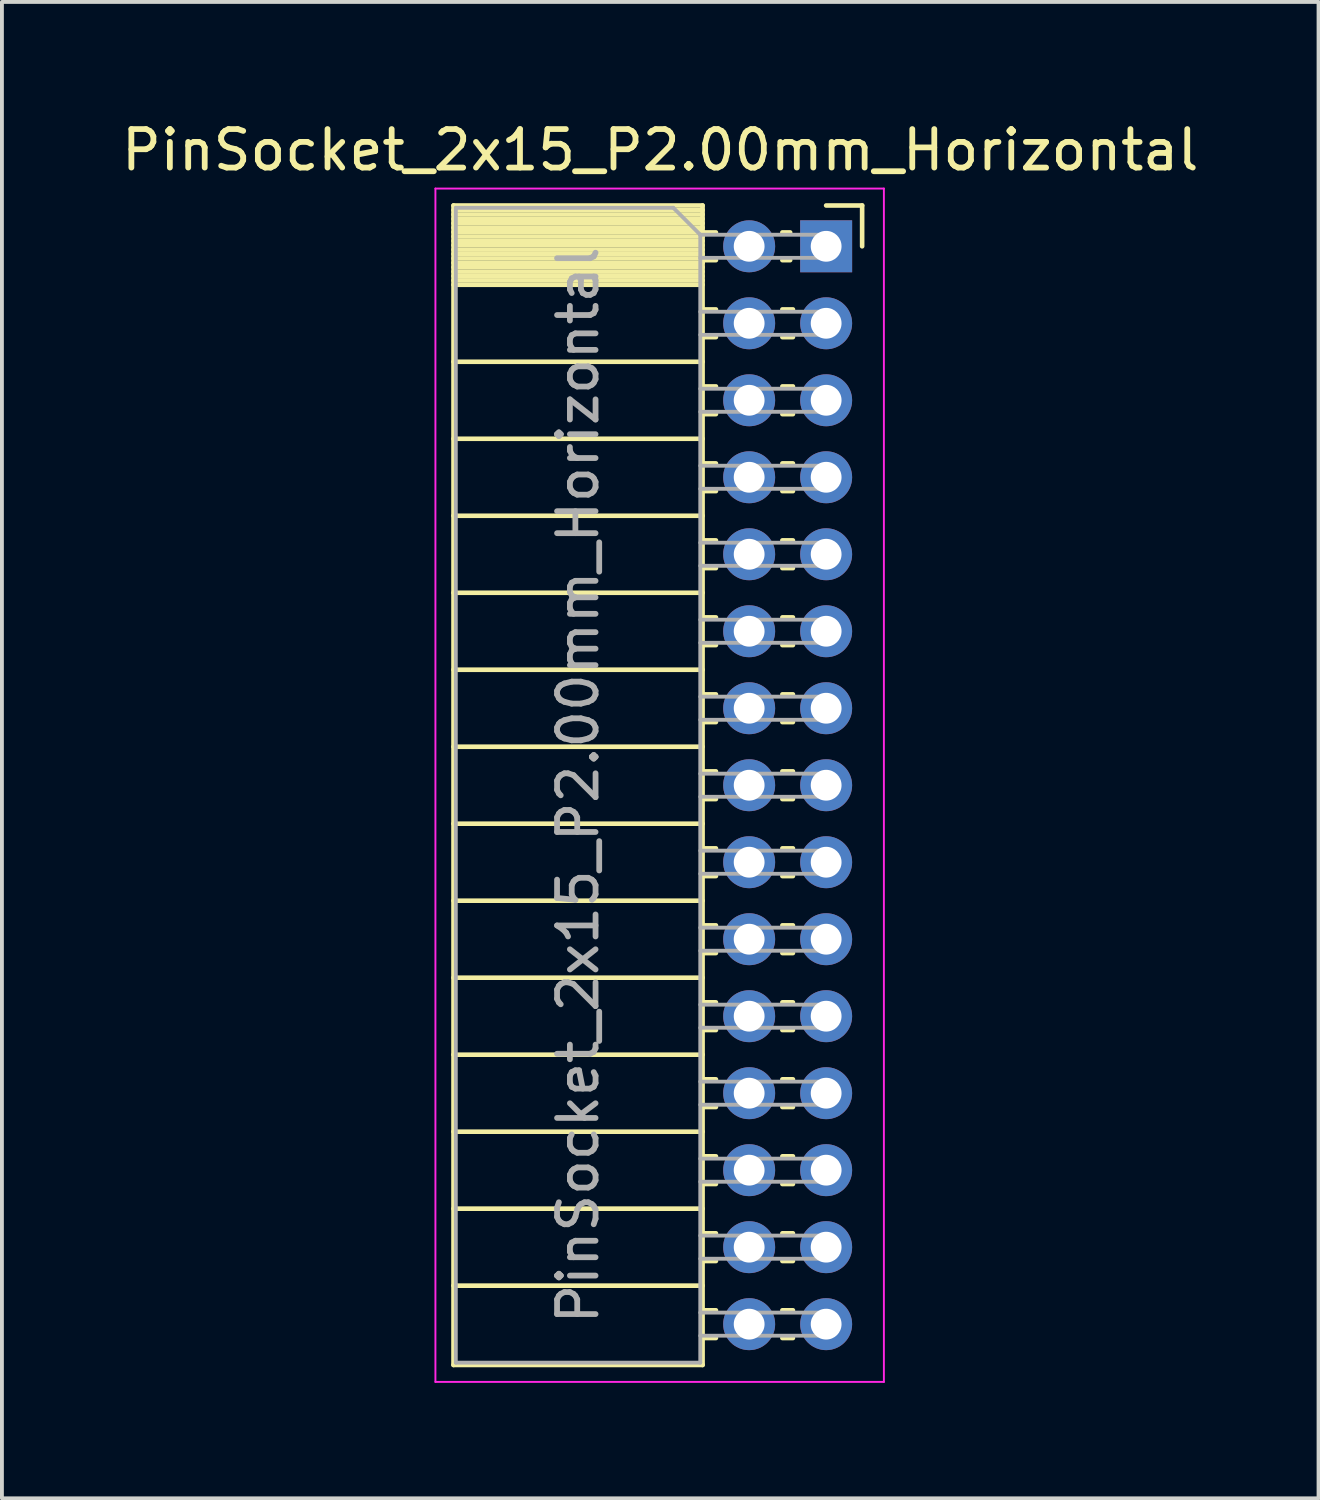
<source format=kicad_pcb>
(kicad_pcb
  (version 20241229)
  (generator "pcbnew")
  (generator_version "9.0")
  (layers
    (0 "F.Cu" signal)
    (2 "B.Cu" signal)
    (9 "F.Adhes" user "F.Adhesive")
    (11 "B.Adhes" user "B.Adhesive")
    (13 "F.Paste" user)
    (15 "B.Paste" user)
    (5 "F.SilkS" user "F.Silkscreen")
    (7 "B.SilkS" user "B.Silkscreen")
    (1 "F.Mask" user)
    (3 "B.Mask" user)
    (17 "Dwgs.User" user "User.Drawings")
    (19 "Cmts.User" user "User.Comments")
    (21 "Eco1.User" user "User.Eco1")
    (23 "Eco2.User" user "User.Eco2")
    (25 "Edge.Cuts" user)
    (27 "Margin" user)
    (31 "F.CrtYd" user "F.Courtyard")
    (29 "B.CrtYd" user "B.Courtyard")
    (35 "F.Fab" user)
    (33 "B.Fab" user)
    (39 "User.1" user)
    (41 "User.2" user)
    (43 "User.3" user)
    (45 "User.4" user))
  (footprint "PinSocket_2x15_P2.00mm_Horizontal"
    (layer "F.Cu")
    (at 18.411 3.348)
    (property "Reference" "PinSocket_2x15_P2.00mm_Horizontal" (at -4.31 -2.5 0) (layer "F.SilkS") (effects (font (size 1 1) (thickness 0.15))))
    (attr through_hole)
    (fp_line (start -9.68 -1.06) (end -9.68 29.06) (stroke (width 0.12) (type solid)) (layer "F.SilkS"))
    (fp_line (start -9.68 -1.06) (end -3.21 -1.06) (stroke (width 0.12) (type solid)) (layer "F.SilkS"))
    (fp_line (start -9.68 -0.94) (end -3.21 -0.94) (stroke (width 0.12) (type solid)) (layer "F.SilkS"))
    (fp_line (start -9.68 -0.826) (end -3.21 -0.826) (stroke (width 0.12) (type solid)) (layer "F.SilkS"))
    (fp_line (start -9.68 -0.712) (end -3.21 -0.712) (stroke (width 0.12) (type solid)) (layer "F.SilkS"))
    (fp_line (start -9.68 -0.598) (end -3.21 -0.598) (stroke (width 0.12) (type solid)) (layer "F.SilkS"))
    (fp_line (start -9.68 -0.484) (end -3.21 -0.484) (stroke (width 0.12) (type solid)) (layer "F.SilkS"))
    (fp_line (start -9.68 -0.369) (end -3.21 -0.369) (stroke (width 0.12) (type solid)) (layer "F.SilkS"))
    (fp_line (start -9.68 -0.255) (end -3.21 -0.255) (stroke (width 0.12) (type solid)) (layer "F.SilkS"))
    (fp_line (start -9.68 -0.141) (end -3.21 -0.141) (stroke (width 0.12) (type solid)) (layer "F.SilkS"))
    (fp_line (start -9.68 -0.027) (end -3.21 -0.027) (stroke (width 0.12) (type solid)) (layer "F.SilkS"))
    (fp_line (start -9.68 0.087) (end -3.21 0.087) (stroke (width 0.12) (type solid)) (layer "F.SilkS"))
    (fp_line (start -9.68 0.201) (end -3.21 0.201) (stroke (width 0.12) (type solid)) (layer "F.SilkS"))
    (fp_line (start -9.68 0.315) (end -3.21 0.315) (stroke (width 0.12) (type solid)) (layer "F.SilkS"))
    (fp_line (start -9.68 0.429) (end -3.21 0.429) (stroke (width 0.12) (type solid)) (layer "F.SilkS"))
    (fp_line (start -9.68 0.544) (end -3.21 0.544) (stroke (width 0.12) (type solid)) (layer "F.SilkS"))
    (fp_line (start -9.68 0.658) (end -3.21 0.658) (stroke (width 0.12) (type solid)) (layer "F.SilkS"))
    (fp_line (start -9.68 0.772) (end -3.21 0.772) (stroke (width 0.12) (type solid)) (layer "F.SilkS"))
    (fp_line (start -9.68 0.886) (end -3.21 0.886) (stroke (width 0.12) (type solid)) (layer "F.SilkS"))
    (fp_line (start -9.68 1) (end -3.21 1) (stroke (width 0.12) (type solid)) (layer "F.SilkS"))
    (fp_line (start -9.68 3) (end -3.21 3) (stroke (width 0.12) (type solid)) (layer "F.SilkS"))
    (fp_line (start -9.68 5) (end -3.21 5) (stroke (width 0.12) (type solid)) (layer "F.SilkS"))
    (fp_line (start -9.68 7) (end -3.21 7) (stroke (width 0.12) (type solid)) (layer "F.SilkS"))
    (fp_line (start -9.68 9) (end -3.21 9) (stroke (width 0.12) (type solid)) (layer "F.SilkS"))
    (fp_line (start -9.68 11) (end -3.21 11) (stroke (width 0.12) (type solid)) (layer "F.SilkS"))
    (fp_line (start -9.68 13) (end -3.21 13) (stroke (width 0.12) (type solid)) (layer "F.SilkS"))
    (fp_line (start -9.68 15) (end -3.21 15) (stroke (width 0.12) (type solid)) (layer "F.SilkS"))
    (fp_line (start -9.68 17) (end -3.21 17) (stroke (width 0.12) (type solid)) (layer "F.SilkS"))
    (fp_line (start -9.68 19) (end -3.21 19) (stroke (width 0.12) (type solid)) (layer "F.SilkS"))
    (fp_line (start -9.68 21) (end -3.21 21) (stroke (width 0.12) (type solid)) (layer "F.SilkS"))
    (fp_line (start -9.68 23) (end -3.21 23) (stroke (width 0.12) (type solid)) (layer "F.SilkS"))
    (fp_line (start -9.68 25) (end -3.21 25) (stroke (width 0.12) (type solid)) (layer "F.SilkS"))
    (fp_line (start -9.68 27) (end -3.21 27) (stroke (width 0.12) (type solid)) (layer "F.SilkS"))
    (fp_line (start -9.68 29.06) (end -3.21 29.06) (stroke (width 0.12) (type solid)) (layer "F.SilkS"))
    (fp_line (start -3.21 -1.06) (end -3.21 29.06) (stroke (width 0.12) (type solid)) (layer "F.SilkS"))
    (fp_line (start -3.21 -0.36) (end -2.863 -0.36) (stroke (width 0.12) (type solid)) (layer "F.SilkS"))
    (fp_line (start -3.21 0.36) (end -2.863 0.36) (stroke (width 0.12) (type solid)) (layer "F.SilkS"))
    (fp_line (start -3.21 1.64) (end -2.863 1.64) (stroke (width 0.12) (type solid)) (layer "F.SilkS"))
    (fp_line (start -3.21 2.36) (end -2.863 2.36) (stroke (width 0.12) (type solid)) (layer "F.SilkS"))
    (fp_line (start -3.21 3.64) (end -2.863 3.64) (stroke (width 0.12) (type solid)) (layer "F.SilkS"))
    (fp_line (start -3.21 4.36) (end -2.863 4.36) (stroke (width 0.12) (type solid)) (layer "F.SilkS"))
    (fp_line (start -3.21 5.64) (end -2.863 5.64) (stroke (width 0.12) (type solid)) (layer "F.SilkS"))
    (fp_line (start -3.21 6.36) (end -2.863 6.36) (stroke (width 0.12) (type solid)) (layer "F.SilkS"))
    (fp_line (start -3.21 7.64) (end -2.863 7.64) (stroke (width 0.12) (type solid)) (layer "F.SilkS"))
    (fp_line (start -3.21 8.36) (end -2.863 8.36) (stroke (width 0.12) (type solid)) (layer "F.SilkS"))
    (fp_line (start -3.21 9.64) (end -2.863 9.64) (stroke (width 0.12) (type solid)) (layer "F.SilkS"))
    (fp_line (start -3.21 10.36) (end -2.863 10.36) (stroke (width 0.12) (type solid)) (layer "F.SilkS"))
    (fp_line (start -3.21 11.64) (end -2.863 11.64) (stroke (width 0.12) (type solid)) (layer "F.SilkS"))
    (fp_line (start -3.21 12.36) (end -2.863 12.36) (stroke (width 0.12) (type solid)) (layer "F.SilkS"))
    (fp_line (start -3.21 13.64) (end -2.863 13.64) (stroke (width 0.12) (type solid)) (layer "F.SilkS"))
    (fp_line (start -3.21 14.36) (end -2.863 14.36) (stroke (width 0.12) (type solid)) (layer "F.SilkS"))
    (fp_line (start -3.21 15.64) (end -2.863 15.64) (stroke (width 0.12) (type solid)) (layer "F.SilkS"))
    (fp_line (start -3.21 16.36) (end -2.863 16.36) (stroke (width 0.12) (type solid)) (layer "F.SilkS"))
    (fp_line (start -3.21 17.64) (end -2.863 17.64) (stroke (width 0.12) (type solid)) (layer "F.SilkS"))
    (fp_line (start -3.21 18.36) (end -2.863 18.36) (stroke (width 0.12) (type solid)) (layer "F.SilkS"))
    (fp_line (start -3.21 19.64) (end -2.863 19.64) (stroke (width 0.12) (type solid)) (layer "F.SilkS"))
    (fp_line (start -3.21 20.36) (end -2.863 20.36) (stroke (width 0.12) (type solid)) (layer "F.SilkS"))
    (fp_line (start -3.21 21.64) (end -2.863 21.64) (stroke (width 0.12) (type solid)) (layer "F.SilkS"))
    (fp_line (start -3.21 22.36) (end -2.863 22.36) (stroke (width 0.12) (type solid)) (layer "F.SilkS"))
    (fp_line (start -3.21 23.64) (end -2.863 23.64) (stroke (width 0.12) (type solid)) (layer "F.SilkS"))
    (fp_line (start -3.21 24.36) (end -2.863 24.36) (stroke (width 0.12) (type solid)) (layer "F.SilkS"))
    (fp_line (start -3.21 25.64) (end -2.863 25.64) (stroke (width 0.12) (type solid)) (layer "F.SilkS"))
    (fp_line (start -3.21 26.36) (end -2.863 26.36) (stroke (width 0.12) (type solid)) (layer "F.SilkS"))
    (fp_line (start -3.21 27.64) (end -2.863 27.64) (stroke (width 0.12) (type solid)) (layer "F.SilkS"))
    (fp_line (start -3.21 28.36) (end -2.863 28.36) (stroke (width 0.12) (type solid)) (layer "F.SilkS"))
    (fp_line (start -1.137 -0.36) (end -0.935 -0.36) (stroke (width 0.12) (type solid)) (layer "F.SilkS"))
    (fp_line (start -1.137 0.36) (end -0.935 0.36) (stroke (width 0.12) (type solid)) (layer "F.SilkS"))
    (fp_line (start -1.137 1.64) (end -0.863 1.64) (stroke (width 0.12) (type solid)) (layer "F.SilkS"))
    (fp_line (start -1.137 2.36) (end -0.863 2.36) (stroke (width 0.12) (type solid)) (layer "F.SilkS"))
    (fp_line (start -1.137 3.64) (end -0.863 3.64) (stroke (width 0.12) (type solid)) (layer "F.SilkS"))
    (fp_line (start -1.137 4.36) (end -0.863 4.36) (stroke (width 0.12) (type solid)) (layer "F.SilkS"))
    (fp_line (start -1.137 5.64) (end -0.863 5.64) (stroke (width 0.12) (type solid)) (layer "F.SilkS"))
    (fp_line (start -1.137 6.36) (end -0.863 6.36) (stroke (width 0.12) (type solid)) (layer "F.SilkS"))
    (fp_line (start -1.137 7.64) (end -0.863 7.64) (stroke (width 0.12) (type solid)) (layer "F.SilkS"))
    (fp_line (start -1.137 8.36) (end -0.863 8.36) (stroke (width 0.12) (type solid)) (layer "F.SilkS"))
    (fp_line (start -1.137 9.64) (end -0.863 9.64) (stroke (width 0.12) (type solid)) (layer "F.SilkS"))
    (fp_line (start -1.137 10.36) (end -0.863 10.36) (stroke (width 0.12) (type solid)) (layer "F.SilkS"))
    (fp_line (start -1.137 11.64) (end -0.863 11.64) (stroke (width 0.12) (type solid)) (layer "F.SilkS"))
    (fp_line (start -1.137 12.36) (end -0.863 12.36) (stroke (width 0.12) (type solid)) (layer "F.SilkS"))
    (fp_line (start -1.137 13.64) (end -0.863 13.64) (stroke (width 0.12) (type solid)) (layer "F.SilkS"))
    (fp_line (start -1.137 14.36) (end -0.863 14.36) (stroke (width 0.12) (type solid)) (layer "F.SilkS"))
    (fp_line (start -1.137 15.64) (end -0.863 15.64) (stroke (width 0.12) (type solid)) (layer "F.SilkS"))
    (fp_line (start -1.137 16.36) (end -0.863 16.36) (stroke (width 0.12) (type solid)) (layer "F.SilkS"))
    (fp_line (start -1.137 17.64) (end -0.863 17.64) (stroke (width 0.12) (type solid)) (layer "F.SilkS"))
    (fp_line (start -1.137 18.36) (end -0.863 18.36) (stroke (width 0.12) (type solid)) (layer "F.SilkS"))
    (fp_line (start -1.137 19.64) (end -0.863 19.64) (stroke (width 0.12) (type solid)) (layer "F.SilkS"))
    (fp_line (start -1.137 20.36) (end -0.863 20.36) (stroke (width 0.12) (type solid)) (layer "F.SilkS"))
    (fp_line (start -1.137 21.64) (end -0.863 21.64) (stroke (width 0.12) (type solid)) (layer "F.SilkS"))
    (fp_line (start -1.137 22.36) (end -0.863 22.36) (stroke (width 0.12) (type solid)) (layer "F.SilkS"))
    (fp_line (start -1.137 23.64) (end -0.863 23.64) (stroke (width 0.12) (type solid)) (layer "F.SilkS"))
    (fp_line (start -1.137 24.36) (end -0.863 24.36) (stroke (width 0.12) (type solid)) (layer "F.SilkS"))
    (fp_line (start -1.137 25.64) (end -0.863 25.64) (stroke (width 0.12) (type solid)) (layer "F.SilkS"))
    (fp_line (start -1.137 26.36) (end -0.863 26.36) (stroke (width 0.12) (type solid)) (layer "F.SilkS"))
    (fp_line (start -1.137 27.64) (end -0.863 27.64) (stroke (width 0.12) (type solid)) (layer "F.SilkS"))
    (fp_line (start -1.137 28.36) (end -0.863 28.36) (stroke (width 0.12) (type solid)) (layer "F.SilkS"))
    (fp_line (start 0 -1.06) (end 0.935 -1.06) (stroke (width 0.12) (type solid)) (layer "F.SilkS"))
    (fp_line (start 0.935 -1.06) (end 0.935 0) (stroke (width 0.12) (type solid)) (layer "F.SilkS"))
    (fp_line (start -10.15 -1.5) (end -10.15 29.5) (stroke (width 0.05) (type solid)) (layer "F.CrtYd"))
    (fp_line (start -10.15 29.5) (end 1.5 29.5) (stroke (width 0.05) (type solid)) (layer "F.CrtYd"))
    (fp_line (start 1.5 -1.5) (end -10.15 -1.5) (stroke (width 0.05) (type solid)) (layer "F.CrtYd"))
    (fp_line (start 1.5 29.5) (end 1.5 -1.5) (stroke (width 0.05) (type solid)) (layer "F.CrtYd"))
    (fp_line (start -9.62 -1) (end -3.97 -1) (stroke (width 0.1) (type solid)) (layer "F.Fab"))
    (fp_line (start -9.62 29) (end -9.62 -1) (stroke (width 0.1) (type solid)) (layer "F.Fab"))
    (fp_line (start -3.97 -1) (end -3.27 -0.3) (stroke (width 0.1) (type solid)) (layer "F.Fab"))
    (fp_line (start -3.27 -0.3) (end -3.27 29) (stroke (width 0.1) (type solid)) (layer "F.Fab"))
    (fp_line (start -3.27 0.3) (end 0 0.3) (stroke (width 0.1) (type solid)) (layer "F.Fab"))
    (fp_line (start -3.27 2.3) (end 0 2.3) (stroke (width 0.1) (type solid)) (layer "F.Fab"))
    (fp_line (start -3.27 4.3) (end 0 4.3) (stroke (width 0.1) (type solid)) (layer "F.Fab"))
    (fp_line (start -3.27 6.3) (end 0 6.3) (stroke (width 0.1) (type solid)) (layer "F.Fab"))
    (fp_line (start -3.27 8.3) (end 0 8.3) (stroke (width 0.1) (type solid)) (layer "F.Fab"))
    (fp_line (start -3.27 10.3) (end 0 10.3) (stroke (width 0.1) (type solid)) (layer "F.Fab"))
    (fp_line (start -3.27 12.3) (end 0 12.3) (stroke (width 0.1) (type solid)) (layer "F.Fab"))
    (fp_line (start -3.27 14.3) (end 0 14.3) (stroke (width 0.1) (type solid)) (layer "F.Fab"))
    (fp_line (start -3.27 16.3) (end 0 16.3) (stroke (width 0.1) (type solid)) (layer "F.Fab"))
    (fp_line (start -3.27 18.3) (end 0 18.3) (stroke (width 0.1) (type solid)) (layer "F.Fab"))
    (fp_line (start -3.27 20.3) (end 0 20.3) (stroke (width 0.1) (type solid)) (layer "F.Fab"))
    (fp_line (start -3.27 22.3) (end 0 22.3) (stroke (width 0.1) (type solid)) (layer "F.Fab"))
    (fp_line (start -3.27 24.3) (end 0 24.3) (stroke (width 0.1) (type solid)) (layer "F.Fab"))
    (fp_line (start -3.27 26.3) (end 0 26.3) (stroke (width 0.1) (type solid)) (layer "F.Fab"))
    (fp_line (start -3.27 28.3) (end 0 28.3) (stroke (width 0.1) (type solid)) (layer "F.Fab"))
    (fp_line (start -3.27 29) (end -9.62 29) (stroke (width 0.1) (type solid)) (layer "F.Fab"))
    (fp_line (start 0 -0.3) (end -3.27 -0.3) (stroke (width 0.1) (type solid)) (layer "F.Fab"))
    (fp_line (start 0 0.3) (end 0 -0.3) (stroke (width 0.1) (type solid)) (layer "F.Fab"))
    (fp_line (start 0 1.7) (end -3.27 1.7) (stroke (width 0.1) (type solid)) (layer "F.Fab"))
    (fp_line (start 0 2.3) (end 0 1.7) (stroke (width 0.1) (type solid)) (layer "F.Fab"))
    (fp_line (start 0 3.7) (end -3.27 3.7) (stroke (width 0.1) (type solid)) (layer "F.Fab"))
    (fp_line (start 0 4.3) (end 0 3.7) (stroke (width 0.1) (type solid)) (layer "F.Fab"))
    (fp_line (start 0 5.7) (end -3.27 5.7) (stroke (width 0.1) (type solid)) (layer "F.Fab"))
    (fp_line (start 0 6.3) (end 0 5.7) (stroke (width 0.1) (type solid)) (layer "F.Fab"))
    (fp_line (start 0 7.7) (end -3.27 7.7) (stroke (width 0.1) (type solid)) (layer "F.Fab"))
    (fp_line (start 0 8.3) (end 0 7.7) (stroke (width 0.1) (type solid)) (layer "F.Fab"))
    (fp_line (start 0 9.7) (end -3.27 9.7) (stroke (width 0.1) (type solid)) (layer "F.Fab"))
    (fp_line (start 0 10.3) (end 0 9.7) (stroke (width 0.1) (type solid)) (layer "F.Fab"))
    (fp_line (start 0 11.7) (end -3.27 11.7) (stroke (width 0.1) (type solid)) (layer "F.Fab"))
    (fp_line (start 0 12.3) (end 0 11.7) (stroke (width 0.1) (type solid)) (layer "F.Fab"))
    (fp_line (start 0 13.7) (end -3.27 13.7) (stroke (width 0.1) (type solid)) (layer "F.Fab"))
    (fp_line (start 0 14.3) (end 0 13.7) (stroke (width 0.1) (type solid)) (layer "F.Fab"))
    (fp_line (start 0 15.7) (end -3.27 15.7) (stroke (width 0.1) (type solid)) (layer "F.Fab"))
    (fp_line (start 0 16.3) (end 0 15.7) (stroke (width 0.1) (type solid)) (layer "F.Fab"))
    (fp_line (start 0 17.7) (end -3.27 17.7) (stroke (width 0.1) (type solid)) (layer "F.Fab"))
    (fp_line (start 0 18.3) (end 0 17.7) (stroke (width 0.1) (type solid)) (layer "F.Fab"))
    (fp_line (start 0 19.7) (end -3.27 19.7) (stroke (width 0.1) (type solid)) (layer "F.Fab"))
    (fp_line (start 0 20.3) (end 0 19.7) (stroke (width 0.1) (type solid)) (layer "F.Fab"))
    (fp_line (start 0 21.7) (end -3.27 21.7) (stroke (width 0.1) (type solid)) (layer "F.Fab"))
    (fp_line (start 0 22.3) (end 0 21.7) (stroke (width 0.1) (type solid)) (layer "F.Fab"))
    (fp_line (start 0 23.7) (end -3.27 23.7) (stroke (width 0.1) (type solid)) (layer "F.Fab"))
    (fp_line (start 0 24.3) (end 0 23.7) (stroke (width 0.1) (type solid)) (layer "F.Fab"))
    (fp_line (start 0 25.7) (end -3.27 25.7) (stroke (width 0.1) (type solid)) (layer "F.Fab"))
    (fp_line (start 0 26.3) (end 0 25.7) (stroke (width 0.1) (type solid)) (layer "F.Fab"))
    (fp_line (start 0 27.7) (end -3.27 27.7) (stroke (width 0.1) (type solid)) (layer "F.Fab"))
    (fp_line (start 0 28.3) (end 0 27.7) (stroke (width 0.1) (type solid)) (layer "F.Fab"))
    (fp_text user "${REFERENCE}" (at -6.445 14 90) (layer "F.Fab") (effects (font (size 1 1) (thickness 0.15))))
    (pad "1" thru_hole rect (at 0 0) (size 1.35 1.35) (drill 0.8) (layers "*.Cu" "*.Mask"))
    (pad "2" thru_hole circle (at -2 0) (size 1.35 1.35) (drill 0.8) (layers "*.Cu" "*.Mask"))
    (pad "3" thru_hole circle (at 0 2) (size 1.35 1.35) (drill 0.8) (layers "*.Cu" "*.Mask"))
    (pad "4" thru_hole circle (at -2 2) (size 1.35 1.35) (drill 0.8) (layers "*.Cu" "*.Mask"))
    (pad "5" thru_hole circle (at 0 4) (size 1.35 1.35) (drill 0.8) (layers "*.Cu" "*.Mask"))
    (pad "6" thru_hole circle (at -2 4) (size 1.35 1.35) (drill 0.8) (layers "*.Cu" "*.Mask"))
    (pad "7" thru_hole circle (at 0 6) (size 1.35 1.35) (drill 0.8) (layers "*.Cu" "*.Mask"))
    (pad "8" thru_hole circle (at -2 6) (size 1.35 1.35) (drill 0.8) (layers "*.Cu" "*.Mask"))
    (pad "9" thru_hole circle (at 0 8) (size 1.35 1.35) (drill 0.8) (layers "*.Cu" "*.Mask"))
    (pad "10" thru_hole circle (at -2 8) (size 1.35 1.35) (drill 0.8) (layers "*.Cu" "*.Mask"))
    (pad "11" thru_hole circle (at 0 10) (size 1.35 1.35) (drill 0.8) (layers "*.Cu" "*.Mask"))
    (pad "12" thru_hole circle (at -2 10) (size 1.35 1.35) (drill 0.8) (layers "*.Cu" "*.Mask"))
    (pad "13" thru_hole circle (at 0 12) (size 1.35 1.35) (drill 0.8) (layers "*.Cu" "*.Mask"))
    (pad "14" thru_hole circle (at -2 12) (size 1.35 1.35) (drill 0.8) (layers "*.Cu" "*.Mask"))
    (pad "15" thru_hole circle (at 0 14) (size 1.35 1.35) (drill 0.8) (layers "*.Cu" "*.Mask"))
    (pad "16" thru_hole circle (at -2 14) (size 1.35 1.35) (drill 0.8) (layers "*.Cu" "*.Mask"))
    (pad "17" thru_hole circle (at 0 16) (size 1.35 1.35) (drill 0.8) (layers "*.Cu" "*.Mask"))
    (pad "18" thru_hole circle (at -2 16) (size 1.35 1.35) (drill 0.8) (layers "*.Cu" "*.Mask"))
    (pad "19" thru_hole circle (at 0 18) (size 1.35 1.35) (drill 0.8) (layers "*.Cu" "*.Mask"))
    (pad "20" thru_hole circle (at -2 18) (size 1.35 1.35) (drill 0.8) (layers "*.Cu" "*.Mask"))
    (pad "21" thru_hole circle (at 0 20) (size 1.35 1.35) (drill 0.8) (layers "*.Cu" "*.Mask"))
    (pad "22" thru_hole circle (at -2 20) (size 1.35 1.35) (drill 0.8) (layers "*.Cu" "*.Mask"))
    (pad "23" thru_hole circle (at 0 22) (size 1.35 1.35) (drill 0.8) (layers "*.Cu" "*.Mask"))
    (pad "24" thru_hole circle (at -2 22) (size 1.35 1.35) (drill 0.8) (layers "*.Cu" "*.Mask"))
    (pad "25" thru_hole circle (at 0 24) (size 1.35 1.35) (drill 0.8) (layers "*.Cu" "*.Mask"))
    (pad "26" thru_hole circle (at -2 24) (size 1.35 1.35) (drill 0.8) (layers "*.Cu" "*.Mask"))
    (pad "27" thru_hole circle (at 0 26) (size 1.35 1.35) (drill 0.8) (layers "*.Cu" "*.Mask"))
    (pad "28" thru_hole circle (at -2 26) (size 1.35 1.35) (drill 0.8) (layers "*.Cu" "*.Mask"))
    (pad "29" thru_hole circle (at 0 28) (size 1.35 1.35) (drill 0.8) (layers "*.Cu" "*.Mask"))
    (pad "30" thru_hole circle (at -2 28) (size 1.35 1.35) (drill 0.8) (layers "*.Cu" "*.Mask")))
  (gr_rect
    (start -3 -3)
    (end 31.202 35.873)
    (stroke (width 0.1) (type default))
    (fill no)
    (layer "Edge.Cuts")))
</source>
